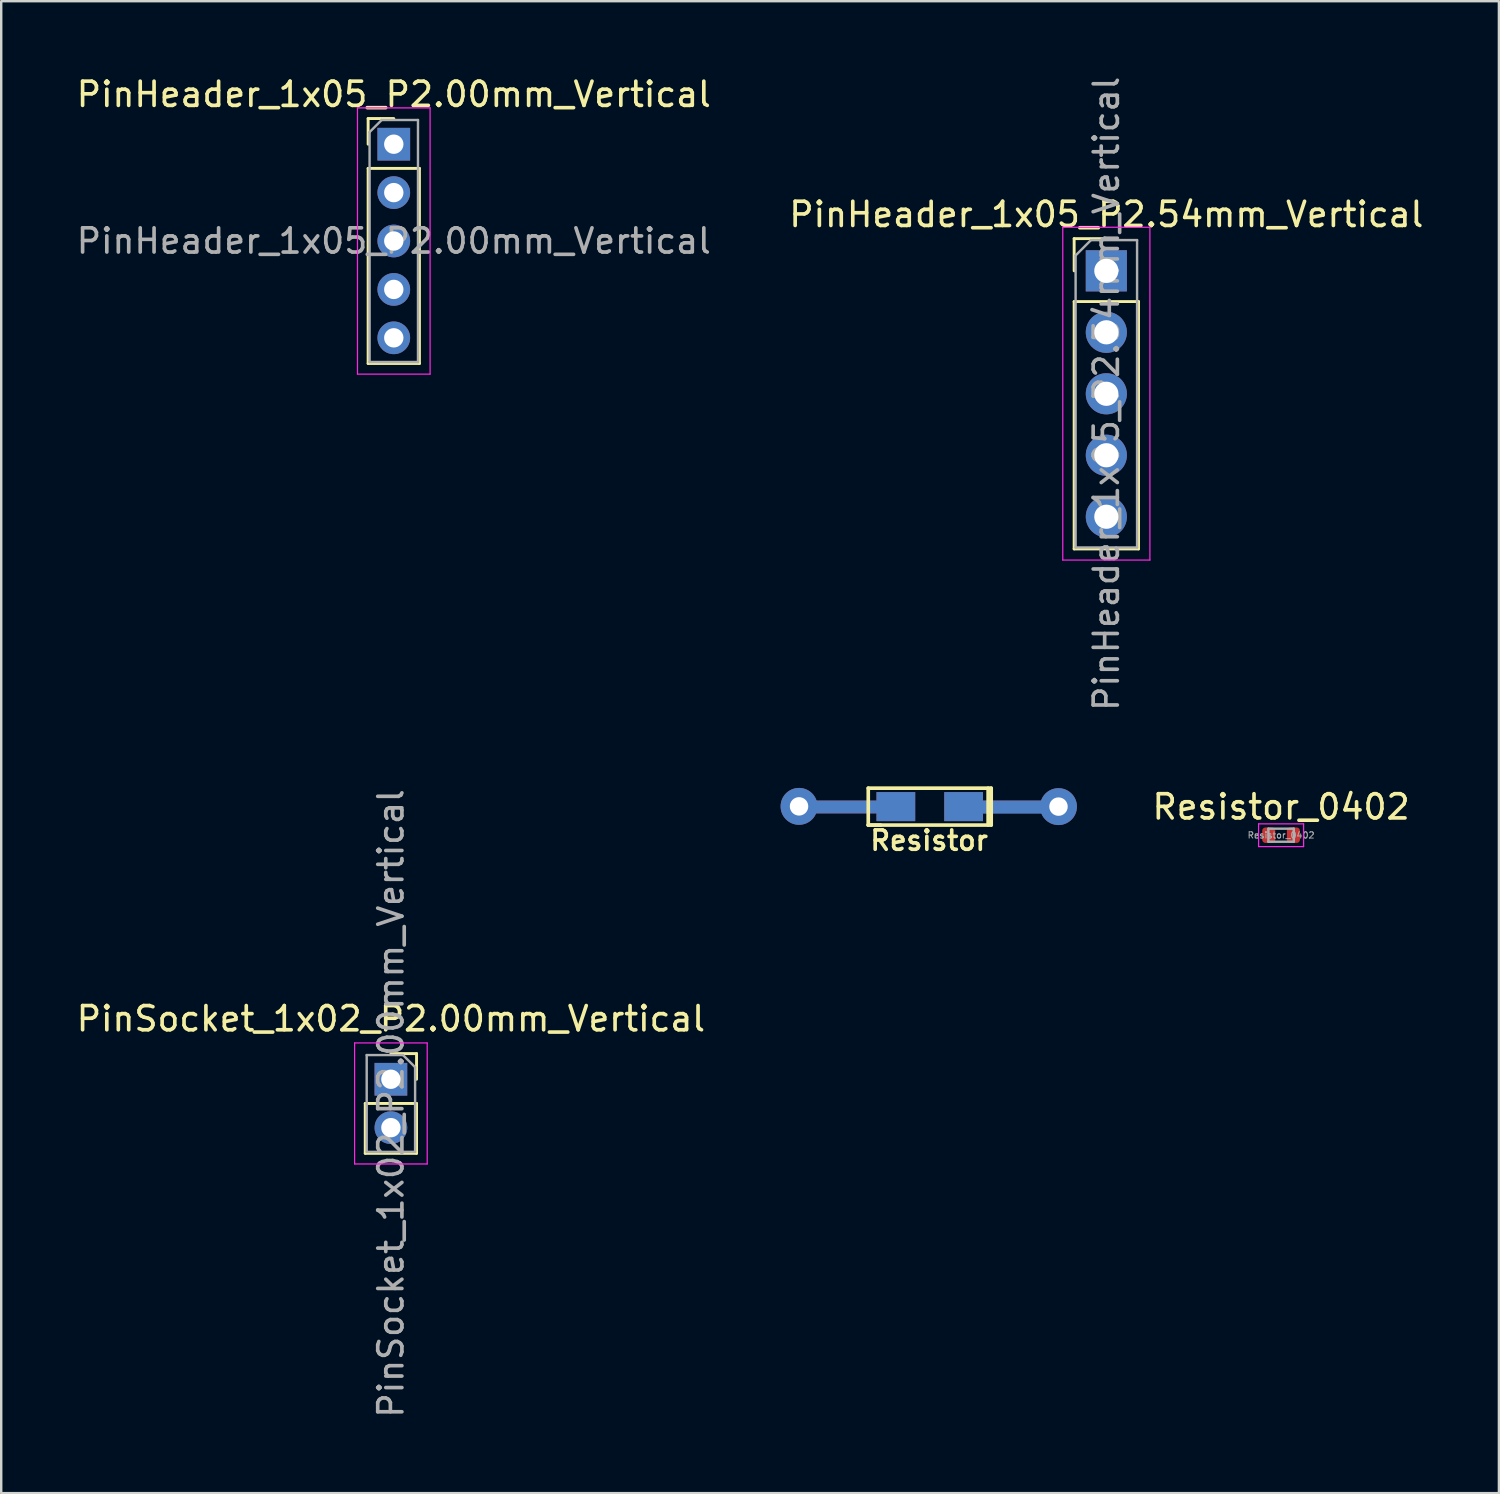
<source format=kicad_pcb>
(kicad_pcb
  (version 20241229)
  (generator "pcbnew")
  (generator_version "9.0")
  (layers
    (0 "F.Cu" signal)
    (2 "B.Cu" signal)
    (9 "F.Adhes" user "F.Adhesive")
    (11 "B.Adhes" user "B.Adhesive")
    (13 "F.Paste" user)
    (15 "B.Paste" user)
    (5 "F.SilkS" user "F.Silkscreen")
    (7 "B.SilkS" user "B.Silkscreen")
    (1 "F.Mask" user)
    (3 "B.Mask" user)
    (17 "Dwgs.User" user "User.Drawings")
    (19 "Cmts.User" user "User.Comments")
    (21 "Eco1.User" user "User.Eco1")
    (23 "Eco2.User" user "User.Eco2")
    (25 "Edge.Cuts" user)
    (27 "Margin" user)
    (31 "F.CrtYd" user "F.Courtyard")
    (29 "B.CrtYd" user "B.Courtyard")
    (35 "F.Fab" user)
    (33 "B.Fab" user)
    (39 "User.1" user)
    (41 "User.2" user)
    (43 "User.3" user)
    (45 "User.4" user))
  (footprint "Resistor"
    (layer "F.Cu")
    (at 35.364 30.277)
    (property "Reference" "Resistor" (at -0.025 1.4 180) (layer "F.SilkS") (effects (font (size 0.8 0.8) (thickness 0.15))))
    (attr smd)
    (fp_line (start -2.54 -0.762) (end -2.54 0.762) (stroke (width 0.15) (type solid)) (layer "F.SilkS"))
    (fp_line (start -2.54 0.762) (end -2.032 0.762) (stroke (width 0.15) (type solid)) (layer "F.SilkS"))
    (fp_line (start -2.54 0.762) (end 2.54 0.762) (stroke (width 0.15) (type solid)) (layer "F.SilkS"))
    (fp_line (start 2.413 0.762) (end 2.413 -0.762) (stroke (width 0.15) (type solid)) (layer "F.SilkS"))
    (fp_line (start 2.54 -0.762) (end -2.54 -0.762) (stroke (width 0.15) (type solid)) (layer "F.SilkS"))
    (fp_line (start 2.54 0.762) (end 2.54 -0.762) (stroke (width 0.15) (type solid)) (layer "F.SilkS"))
    (pad "1" smd rect (at 1.4 0) (size 1.6 1.2) (layers "F.Cu" "F.Mask" "F.Paste"))
    (pad "1" smd rect (at 1.4 0) (size 1.6 1.2) (layers "B.Cu" "B.Mask" "B.Paste"))
    (pad "1" smd rect (at 2.905 0.02) (size 3.71 0.54) (layers "B.Cu"))
    (pad "1" smd rect (at 2.995 0.01) (size 3.89 0.52) (layers "F.Cu"))
    (pad "1" thru_hole circle (at 5.32 0) (size 1.524 1.524) (drill 0.762) (layers "*.Cu" "*.Mask"))
    (pad "2" thru_hole circle (at -5.4 -0.01) (size 1.524 1.524) (drill 0.762) (layers "*.Cu" "*.Mask"))
    (pad "2" smd rect (at -3.025 0.015) (size 3.95 0.53) (layers "F.Cu"))
    (pad "2" smd rect (at -3.025 0.015) (size 3.95 0.53) (layers "B.Cu"))
    (pad "2" smd rect (at -1.4 0) (size 1.6 1.2) (layers "F.Cu" "F.Mask" "F.Paste"))
    (pad "2" smd rect (at -1.4 0) (size 1.6 1.2) (layers "B.Cu" "B.Mask" "B.Paste")))
  (footprint "PinHeader_1x05_P2.00mm_Vertical"
    (layer "F.Cu")
    (at 13.22 2.908)
    (property "Reference" "PinHeader_1x05_P2.00mm_Vertical" (at 0 -2.06 0) (layer "F.SilkS") (effects (font (size 1 1) (thickness 0.15))))
    (attr through_hole)
    (fp_line (start -1.06 -1.06) (end 0 -1.06) (stroke (width 0.12) (type solid)) (layer "F.SilkS"))
    (fp_line (start -1.06 0) (end -1.06 -1.06) (stroke (width 0.12) (type solid)) (layer "F.SilkS"))
    (fp_line (start -1.06 1) (end -1.06 9.06) (stroke (width 0.12) (type solid)) (layer "F.SilkS"))
    (fp_line (start -1.06 1) (end 1.06 1) (stroke (width 0.12) (type solid)) (layer "F.SilkS"))
    (fp_line (start -1.06 9.06) (end 1.06 9.06) (stroke (width 0.12) (type solid)) (layer "F.SilkS"))
    (fp_line (start 1.06 1) (end 1.06 9.06) (stroke (width 0.12) (type solid)) (layer "F.SilkS"))
    (fp_line (start -1.5 -1.5) (end -1.5 9.5) (stroke (width 0.05) (type solid)) (layer "F.CrtYd"))
    (fp_line (start -1.5 9.5) (end 1.5 9.5) (stroke (width 0.05) (type solid)) (layer "F.CrtYd"))
    (fp_line (start 1.5 -1.5) (end -1.5 -1.5) (stroke (width 0.05) (type solid)) (layer "F.CrtYd"))
    (fp_line (start 1.5 9.5) (end 1.5 -1.5) (stroke (width 0.05) (type solid)) (layer "F.CrtYd"))
    (fp_line (start -1 -0.5) (end -0.5 -1) (stroke (width 0.1) (type solid)) (layer "F.Fab"))
    (fp_line (start -1 9) (end -1 -0.5) (stroke (width 0.1) (type solid)) (layer "F.Fab"))
    (fp_line (start -0.5 -1) (end 1 -1) (stroke (width 0.1) (type solid)) (layer "F.Fab"))
    (fp_line (start 1 -1) (end 1 9) (stroke (width 0.1) (type solid)) (layer "F.Fab"))
    (fp_line (start 1 9) (end -1 9) (stroke (width 0.1) (type solid)) (layer "F.Fab"))
    (fp_text user "${REFERENCE}" (at 0 4 0) (layer "F.Fab") (effects (font (size 1 1) (thickness 0.15))))
    (pad "1" thru_hole rect (at 0 0 180) (size 1.35 1.35) (drill 0.8) (layers "*.Cu" "*.Mask"))
    (pad "2" thru_hole oval (at 0 2 180) (size 1.35 1.35) (drill 0.8) (layers "*.Cu" "*.Mask"))
    (pad "3" thru_hole oval (at 0 4 180) (size 1.35 1.35) (drill 0.8) (layers "*.Cu" "*.Mask"))
    (pad "4" thru_hole oval (at 0 6 180) (size 1.35 1.35) (drill 0.8) (layers "*.Cu" "*.Mask"))
    (pad "5" thru_hole oval (at 0 8 180) (size 1.35 1.35) (drill 0.8) (layers "*.Cu" "*.Mask")))
  (footprint "PinSocket_1x02_P2.00mm_Vertical"
    (layer "F.Cu")
    (at 13.101 41.542)
    (property "Reference" "PinSocket_1x02_P2.00mm_Vertical" (at 0 -2.5 0) (layer "F.SilkS") (effects (font (size 1 1) (thickness 0.15))))
    (attr through_hole)
    (fp_line (start -1.06 1) (end -1.06 3.06) (stroke (width 0.12) (type solid)) (layer "F.SilkS"))
    (fp_line (start -1.06 1) (end 1.06 1) (stroke (width 0.12) (type solid)) (layer "F.SilkS"))
    (fp_line (start -1.06 3.06) (end 1.06 3.06) (stroke (width 0.12) (type solid)) (layer "F.SilkS"))
    (fp_line (start 0 -1.06) (end 1.06 -1.06) (stroke (width 0.12) (type solid)) (layer "F.SilkS"))
    (fp_line (start 1.06 -1.06) (end 1.06 0) (stroke (width 0.12) (type solid)) (layer "F.SilkS"))
    (fp_line (start 1.06 1) (end 1.06 3.06) (stroke (width 0.12) (type solid)) (layer "F.SilkS"))
    (fp_line (start -1.5 -1.5) (end 1.5 -1.5) (stroke (width 0.05) (type solid)) (layer "F.CrtYd"))
    (fp_line (start -1.5 3.5) (end -1.5 -1.5) (stroke (width 0.05) (type solid)) (layer "F.CrtYd"))
    (fp_line (start 1.5 -1.5) (end 1.5 3.5) (stroke (width 0.05) (type solid)) (layer "F.CrtYd"))
    (fp_line (start 1.5 3.5) (end -1.5 3.5) (stroke (width 0.05) (type solid)) (layer "F.CrtYd"))
    (fp_line (start -1 -1) (end 0.5 -1) (stroke (width 0.1) (type solid)) (layer "F.Fab"))
    (fp_line (start -1 3) (end -1 -1) (stroke (width 0.1) (type solid)) (layer "F.Fab"))
    (fp_line (start 0.5 -1) (end 1 -0.5) (stroke (width 0.1) (type solid)) (layer "F.Fab"))
    (fp_line (start 1 -0.5) (end 1 3) (stroke (width 0.1) (type solid)) (layer "F.Fab"))
    (fp_line (start 1 3) (end -1 3) (stroke (width 0.1) (type solid)) (layer "F.Fab"))
    (fp_text user "${REFERENCE}" (at 0 1 90) (layer "F.Fab") (effects (font (size 1 1) (thickness 0.15))))
    (pad "1" thru_hole rect (at 0 0 180) (size 1.35 1.35) (drill 0.8) (layers "*.Cu" "*.Mask"))
    (pad "2" thru_hole oval (at 0 2 180) (size 1.35 1.35) (drill 0.8) (layers "*.Cu" "*.Mask")))
  (footprint "Resistor_0402"
    (layer "F.Cu")
    (at 49.881 31.459)
    (property "Reference" "Resistor_0402" (at -0.000001 -1.17 0) (layer "F.SilkS") (effects (font (size 1 1) (thickness 0.15))))
    (attr smd)
    (fp_line (start -0.93 -0.47) (end -0.93 0.47) (stroke (width 0.05) (type solid)) (layer "F.CrtYd"))
    (fp_line (start -0.93 0.47) (end 0.93 0.47) (stroke (width 0.05) (type solid)) (layer "F.CrtYd"))
    (fp_line (start 0.93 -0.47) (end -0.93 -0.47) (stroke (width 0.05) (type solid)) (layer "F.CrtYd"))
    (fp_line (start 0.93 0.47) (end 0.93 -0.47) (stroke (width 0.05) (type solid)) (layer "F.CrtYd"))
    (fp_line (start -0.525 -0.27) (end -0.525 0.27) (stroke (width 0.1) (type solid)) (layer "F.Fab"))
    (fp_line (start -0.525 0.27) (end 0.525 0.27) (stroke (width 0.1) (type solid)) (layer "F.Fab"))
    (fp_line (start 0.525 -0.27) (end -0.525 -0.27) (stroke (width 0.1) (type solid)) (layer "F.Fab"))
    (fp_line (start 0.525 0.27) (end 0.525 -0.27) (stroke (width 0.1) (type solid)) (layer "F.Fab"))
    (fp_text user "${REFERENCE}" (at 0 0 0) (layer "F.Fab") (effects (font (size 0.26 0.26) (thickness 0.04))))
    (pad "1" smd roundrect (at -0.51 0) (size 0.54 0.64) (layers "F.Cu" "F.Mask" "F.Paste") (roundrect_rratio 0.25))
    (pad "2" smd roundrect (at 0.51 0) (size 0.54 0.64) (layers "F.Cu" "F.Mask" "F.Paste") (roundrect_rratio 0.25)))
  (footprint "PinHeader_1x05_P2.54mm_Vertical"
    (layer "F.Cu")
    (at 42.661 8.14)
    (property "Reference" "PinHeader_1x05_P2.54mm_Vertical" (at 0 -2.33 180) (layer "F.SilkS") (effects (font (size 1 1) (thickness 0.15))))
    (attr through_hole)
    (fp_line (start -1.33 -1.33) (end 0 -1.33) (stroke (width 0.12) (type solid)) (layer "F.SilkS"))
    (fp_line (start -1.33 0) (end -1.33 -1.33) (stroke (width 0.12) (type solid)) (layer "F.SilkS"))
    (fp_line (start -1.33 1.27) (end -1.33 11.49) (stroke (width 0.12) (type solid)) (layer "F.SilkS"))
    (fp_line (start -1.33 1.27) (end 1.33 1.27) (stroke (width 0.12) (type solid)) (layer "F.SilkS"))
    (fp_line (start -1.33 11.49) (end 1.33 11.49) (stroke (width 0.12) (type solid)) (layer "F.SilkS"))
    (fp_line (start 1.33 1.27) (end 1.33 11.49) (stroke (width 0.12) (type solid)) (layer "F.SilkS"))
    (fp_line (start -1.8 -1.8) (end -1.8 11.95) (stroke (width 0.05) (type solid)) (layer "F.CrtYd"))
    (fp_line (start -1.8 11.95) (end 1.8 11.95) (stroke (width 0.05) (type solid)) (layer "F.CrtYd"))
    (fp_line (start 1.8 -1.8) (end -1.8 -1.8) (stroke (width 0.05) (type solid)) (layer "F.CrtYd"))
    (fp_line (start 1.8 11.95) (end 1.8 -1.8) (stroke (width 0.05) (type solid)) (layer "F.CrtYd"))
    (fp_line (start -1.27 -0.635) (end -0.635 -1.27) (stroke (width 0.1) (type solid)) (layer "F.Fab"))
    (fp_line (start -1.27 11.43) (end -1.27 -0.635) (stroke (width 0.1) (type solid)) (layer "F.Fab"))
    (fp_line (start -0.635 -1.27) (end 1.27 -1.27) (stroke (width 0.1) (type solid)) (layer "F.Fab"))
    (fp_line (start 1.27 -1.27) (end 1.27 11.43) (stroke (width 0.1) (type solid)) (layer "F.Fab"))
    (fp_line (start 1.27 11.43) (end -1.27 11.43) (stroke (width 0.1) (type solid)) (layer "F.Fab"))
    (fp_text user "${REFERENCE}" (at 0 5.08 270) (layer "F.Fab") (effects (font (size 1 1) (thickness 0.15))))
    (pad "1" thru_hole rect (at 0 0) (size 1.7 1.7) (drill 1) (layers "*.Cu" "*.Mask"))
    (pad "2" thru_hole oval (at 0 2.54) (size 1.7 1.7) (drill 1) (layers "*.Cu" "*.Mask"))
    (pad "3" thru_hole oval (at 0 5.08) (size 1.7 1.7) (drill 1) (layers "*.Cu" "*.Mask"))
    (pad "4" thru_hole oval (at 0 7.62) (size 1.7 1.7) (drill 1) (layers "*.Cu" "*.Mask"))
    (pad "5" thru_hole oval (at 0 10.16) (size 1.7 1.7) (drill 1) (layers "*.Cu" "*.Mask")))
  (gr_rect
    (start -3 -3)
    (end 58.881 58.643)
    (stroke (width 0.1) (type default))
    (fill no)
    (layer "Edge.Cuts")))
</source>
